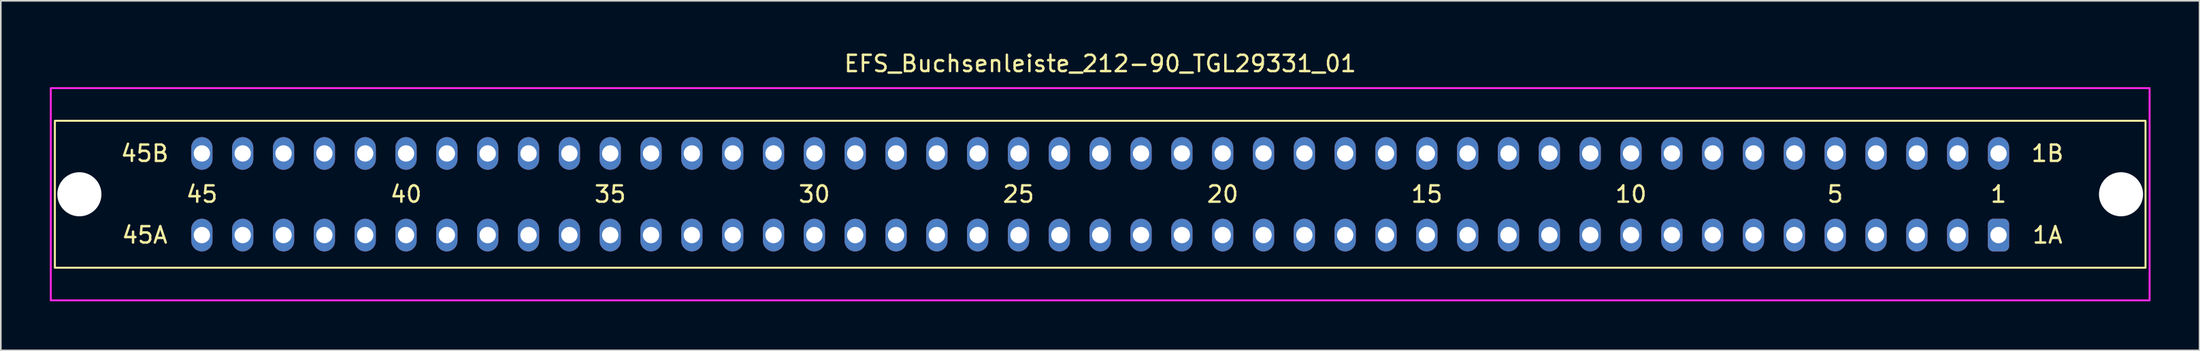
<source format=kicad_pcb>
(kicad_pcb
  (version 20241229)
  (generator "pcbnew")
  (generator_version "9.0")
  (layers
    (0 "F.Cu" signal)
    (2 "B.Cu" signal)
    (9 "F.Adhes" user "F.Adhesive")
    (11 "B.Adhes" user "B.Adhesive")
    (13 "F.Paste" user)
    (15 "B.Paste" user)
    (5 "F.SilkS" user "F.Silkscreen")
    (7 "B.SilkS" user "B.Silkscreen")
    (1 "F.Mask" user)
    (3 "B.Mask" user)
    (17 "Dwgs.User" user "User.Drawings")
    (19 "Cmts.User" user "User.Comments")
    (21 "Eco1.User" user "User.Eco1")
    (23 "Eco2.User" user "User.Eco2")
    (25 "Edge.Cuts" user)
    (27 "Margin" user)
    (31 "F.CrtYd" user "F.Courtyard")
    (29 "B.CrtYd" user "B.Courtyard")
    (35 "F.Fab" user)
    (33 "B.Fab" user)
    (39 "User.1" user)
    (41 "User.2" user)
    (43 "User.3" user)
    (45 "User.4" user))
  (footprint "EFS_Buchsenleiste_212-90_TGL29331_01"
    (layer "F.Cu")
    (at 64.31 8.848)
    (property "Reference" "EFS_Buchsenleiste_212-90_TGL29331_01" (at 0 -8 180) (layer "F.SilkS") (effects (font (size 1 1) (thickness 0.15))))
    (attr through_hole)
    (fp_rect (start -64 -4.5) (end 64 4.5) (stroke (width 0.12) (type solid)) (fill no) (layer "F.SilkS"))
    (fp_rect (start -64.25 -6.5) (end 64.25 6.5) (stroke (width 0.12) (type solid)) (fill no) (layer "F.CrtYd"))
    (fp_text user "1A" (at 58 2.5 0) (layer "F.SilkS") (effects (font (size 1 1) (thickness 0.15))))
    (fp_text user "45B" (at -58.5 -2.5 0) (layer "F.SilkS") (effects (font (size 1 1) (thickness 0.15))))
    (fp_text user "20" (at 7.5 0 180) (layer "F.SilkS") (effects (font (size 1 1) (thickness 0.15))))
    (fp_text user "45" (at -55 0 180) (layer "F.SilkS") (effects (font (size 1 1) (thickness 0.15))))
    (fp_text user "1" (at 55 0 180) (layer "F.SilkS") (effects (font (size 1 1) (thickness 0.15))))
    (fp_text user "40" (at -42.5 0 180) (layer "F.SilkS") (effects (font (size 1 1) (thickness 0.15))))
    (fp_text user "1B" (at 58 -2.5 0) (layer "F.SilkS") (effects (font (size 1 1) (thickness 0.15))))
    (fp_text user "35" (at -30 0 180) (layer "F.SilkS") (effects (font (size 1 1) (thickness 0.15))))
    (fp_text user "30" (at -17.5 0 180) (layer "F.SilkS") (effects (font (size 1 1) (thickness 0.15))))
    (fp_text user "10" (at 32.5 0 180) (layer "F.SilkS") (effects (font (size 1 1) (thickness 0.15))))
    (fp_text user "15" (at 20 0 180) (layer "F.SilkS") (effects (font (size 1 1) (thickness 0.15))))
    (fp_text user "25" (at -5 0 180) (layer "F.SilkS") (effects (font (size 1 1) (thickness 0.15))))
    (fp_text user "45A" (at -58.5 2.5 0) (layer "F.SilkS") (effects (font (size 1 1) (thickness 0.15))))
    (fp_text user "5" (at 45 0 180) (layer "F.SilkS") (effects (font (size 1 1) (thickness 0.15))))
    (pad "" np_thru_hole circle (at -62.5 0) (size 2.7 2.7) (drill 2.7) (layers "*.Cu" "*.Mask"))
    (pad "" np_thru_hole circle (at 62.5 0) (size 2.7 2.7) (drill 2.7) (layers "*.Cu" "*.Mask"))
    (pad "1a" thru_hole roundrect (at 55 2.5) (size 1.3 2) (drill 1) (layers "*.Cu" "*.Mask") (roundrect_rratio 0.25))
    (pad "1b" thru_hole oval (at 55 -2.5) (size 1.3 2) (drill 1) (layers "*.Cu" "*.Mask"))
    (pad "2a" thru_hole oval (at 52.5 2.5) (size 1.3 2) (drill 1) (layers "*.Cu" "*.Mask"))
    (pad "2b" thru_hole oval (at 52.5 -2.5) (size 1.3 2) (drill 1) (layers "*.Cu" "*.Mask"))
    (pad "3a" thru_hole oval (at 50 2.5) (size 1.3 2) (drill 1) (layers "*.Cu" "*.Mask"))
    (pad "3b" thru_hole oval (at 50 -2.5) (size 1.3 2) (drill 1) (layers "*.Cu" "*.Mask"))
    (pad "4a" thru_hole oval (at 47.5 2.5) (size 1.3 2) (drill 1) (layers "*.Cu" "*.Mask"))
    (pad "4b" thru_hole oval (at 47.5 -2.5) (size 1.3 2) (drill 1) (layers "*.Cu" "*.Mask"))
    (pad "5a" thru_hole oval (at 45 2.5) (size 1.3 2) (drill 1) (layers "*.Cu" "*.Mask"))
    (pad "5b" thru_hole oval (at 45 -2.5) (size 1.3 2) (drill 1) (layers "*.Cu" "*.Mask"))
    (pad "6a" thru_hole oval (at 42.5 2.5) (size 1.3 2) (drill 1) (layers "*.Cu" "*.Mask"))
    (pad "6b" thru_hole oval (at 42.5 -2.5) (size 1.3 2) (drill 1) (layers "*.Cu" "*.Mask"))
    (pad "7a" thru_hole oval (at 40 2.5) (size 1.3 2) (drill 1) (layers "*.Cu" "*.Mask"))
    (pad "7b" thru_hole oval (at 40 -2.5) (size 1.3 2) (drill 1) (layers "*.Cu" "*.Mask"))
    (pad "8a" thru_hole oval (at 37.5 2.5) (size 1.3 2) (drill 1) (layers "*.Cu" "*.Mask"))
    (pad "8b" thru_hole oval (at 37.5 -2.5) (size 1.3 2) (drill 1) (layers "*.Cu" "*.Mask"))
    (pad "9a" thru_hole oval (at 35 2.5) (size 1.3 2) (drill 1) (layers "*.Cu" "*.Mask"))
    (pad "9b" thru_hole oval (at 35 -2.5) (size 1.3 2) (drill 1) (layers "*.Cu" "*.Mask"))
    (pad "10a" thru_hole oval (at 32.5 2.5) (size 1.3 2) (drill 1) (layers "*.Cu" "*.Mask"))
    (pad "10b" thru_hole oval (at 32.5 -2.5) (size 1.3 2) (drill 1) (layers "*.Cu" "*.Mask"))
    (pad "11a" thru_hole oval (at 30 2.5) (size 1.3 2) (drill 1) (layers "*.Cu" "*.Mask"))
    (pad "11b" thru_hole oval (at 30 -2.5) (size 1.3 2) (drill 1) (layers "*.Cu" "*.Mask"))
    (pad "12a" thru_hole oval (at 27.5 2.5) (size 1.3 2) (drill 1) (layers "*.Cu" "*.Mask"))
    (pad "12b" thru_hole oval (at 27.5 -2.5) (size 1.3 2) (drill 1) (layers "*.Cu" "*.Mask"))
    (pad "13a" thru_hole oval (at 25 2.5) (size 1.3 2) (drill 1) (layers "*.Cu" "*.Mask"))
    (pad "13b" thru_hole oval (at 25 -2.5) (size 1.3 2) (drill 1) (layers "*.Cu" "*.Mask"))
    (pad "14a" thru_hole oval (at 22.5 2.5) (size 1.3 2) (drill 1) (layers "*.Cu" "*.Mask"))
    (pad "14b" thru_hole oval (at 22.5 -2.5) (size 1.3 2) (drill 1) (layers "*.Cu" "*.Mask"))
    (pad "15a" thru_hole oval (at 20 2.5) (size 1.3 2) (drill 1) (layers "*.Cu" "*.Mask"))
    (pad "15b" thru_hole oval (at 20 -2.5) (size 1.3 2) (drill 1) (layers "*.Cu" "*.Mask"))
    (pad "16a" thru_hole oval (at 17.5 2.5) (size 1.3 2) (drill 1) (layers "*.Cu" "*.Mask"))
    (pad "16b" thru_hole oval (at 17.5 -2.5) (size 1.3 2) (drill 1) (layers "*.Cu" "*.Mask"))
    (pad "17a" thru_hole oval (at 15 2.5) (size 1.3 2) (drill 1) (layers "*.Cu" "*.Mask"))
    (pad "17b" thru_hole oval (at 15 -2.5) (size 1.3 2) (drill 1) (layers "*.Cu" "*.Mask"))
    (pad "18a" thru_hole oval (at 12.5 2.5) (size 1.3 2) (drill 1) (layers "*.Cu" "*.Mask"))
    (pad "18b" thru_hole oval (at 12.5 -2.5) (size 1.3 2) (drill 1) (layers "*.Cu" "*.Mask"))
    (pad "19a" thru_hole oval (at 10 2.5) (size 1.3 2) (drill 1) (layers "*.Cu" "*.Mask"))
    (pad "19b" thru_hole oval (at 10 -2.5) (size 1.3 2) (drill 1) (layers "*.Cu" "*.Mask"))
    (pad "20a" thru_hole oval (at 7.5 2.5) (size 1.3 2) (drill 1) (layers "*.Cu" "*.Mask"))
    (pad "20b" thru_hole oval (at 7.5 -2.5) (size 1.3 2) (drill 1) (layers "*.Cu" "*.Mask"))
    (pad "21a" thru_hole oval (at 5 2.5) (size 1.3 2) (drill 1) (layers "*.Cu" "*.Mask"))
    (pad "21b" thru_hole oval (at 5 -2.5) (size 1.3 2) (drill 1) (layers "*.Cu" "*.Mask"))
    (pad "22a" thru_hole oval (at 2.5 2.5) (size 1.3 2) (drill 1) (layers "*.Cu" "*.Mask"))
    (pad "22b" thru_hole oval (at 2.5 -2.5) (size 1.3 2) (drill 1) (layers "*.Cu" "*.Mask"))
    (pad "23a" thru_hole oval (at 0 2.5) (size 1.3 2) (drill 1) (layers "*.Cu" "*.Mask"))
    (pad "23b" thru_hole oval (at 0 -2.5) (size 1.3 2) (drill 1) (layers "*.Cu" "*.Mask"))
    (pad "24a" thru_hole oval (at -2.5 2.5) (size 1.3 2) (drill 1) (layers "*.Cu" "*.Mask"))
    (pad "24b" thru_hole oval (at -2.5 -2.5) (size 1.3 2) (drill 1) (layers "*.Cu" "*.Mask"))
    (pad "25a" thru_hole oval (at -5 2.5) (size 1.3 2) (drill 1) (layers "*.Cu" "*.Mask"))
    (pad "25b" thru_hole oval (at -5 -2.5) (size 1.3 2) (drill 1) (layers "*.Cu" "*.Mask"))
    (pad "26a" thru_hole oval (at -7.5 2.5) (size 1.3 2) (drill 1) (layers "*.Cu" "*.Mask"))
    (pad "26b" thru_hole oval (at -7.5 -2.5) (size 1.3 2) (drill 1) (layers "*.Cu" "*.Mask"))
    (pad "27a" thru_hole oval (at -10 2.5) (size 1.3 2) (drill 1) (layers "*.Cu" "*.Mask"))
    (pad "27b" thru_hole oval (at -10 -2.5) (size 1.3 2) (drill 1) (layers "*.Cu" "*.Mask"))
    (pad "28a" thru_hole oval (at -12.5 2.5) (size 1.3 2) (drill 1) (layers "*.Cu" "*.Mask"))
    (pad "28b" thru_hole oval (at -12.5 -2.5) (size 1.3 2) (drill 1) (layers "*.Cu" "*.Mask"))
    (pad "29a" thru_hole oval (at -15 2.5) (size 1.3 2) (drill 1) (layers "*.Cu" "*.Mask"))
    (pad "29b" thru_hole oval (at -15 -2.5) (size 1.3 2) (drill 1) (layers "*.Cu" "*.Mask"))
    (pad "30a" thru_hole oval (at -17.5 2.5) (size 1.3 2) (drill 1) (layers "*.Cu" "*.Mask"))
    (pad "30b" thru_hole oval (at -17.5 -2.5) (size 1.3 2) (drill 1) (layers "*.Cu" "*.Mask"))
    (pad "31a" thru_hole oval (at -20 2.5) (size 1.3 2) (drill 1) (layers "*.Cu" "*.Mask"))
    (pad "31b" thru_hole oval (at -20 -2.5) (size 1.3 2) (drill 1) (layers "*.Cu" "*.Mask"))
    (pad "32a" thru_hole oval (at -22.5 2.5) (size 1.3 2) (drill 1) (layers "*.Cu" "*.Mask"))
    (pad "32b" thru_hole oval (at -22.5 -2.5) (size 1.3 2) (drill 1) (layers "*.Cu" "*.Mask"))
    (pad "33a" thru_hole oval (at -25 2.5) (size 1.3 2) (drill 1) (layers "*.Cu" "*.Mask"))
    (pad "33b" thru_hole oval (at -25 -2.5) (size 1.3 2) (drill 1) (layers "*.Cu" "*.Mask"))
    (pad "34a" thru_hole oval (at -27.5 2.5) (size 1.3 2) (drill 1) (layers "*.Cu" "*.Mask"))
    (pad "34b" thru_hole oval (at -27.5 -2.5) (size 1.3 2) (drill 1) (layers "*.Cu" "*.Mask"))
    (pad "35a" thru_hole oval (at -30 2.5) (size 1.3 2) (drill 1) (layers "*.Cu" "*.Mask"))
    (pad "35b" thru_hole oval (at -30 -2.5) (size 1.3 2) (drill 1) (layers "*.Cu" "*.Mask"))
    (pad "36a" thru_hole oval (at -32.5 2.5) (size 1.3 2) (drill 1) (layers "*.Cu" "*.Mask"))
    (pad "36b" thru_hole oval (at -32.5 -2.5) (size 1.3 2) (drill 1) (layers "*.Cu" "*.Mask"))
    (pad "37a" thru_hole oval (at -35 2.5) (size 1.3 2) (drill 1) (layers "*.Cu" "*.Mask"))
    (pad "37b" thru_hole oval (at -35 -2.5) (size 1.3 2) (drill 1) (layers "*.Cu" "*.Mask"))
    (pad "38a" thru_hole oval (at -37.5 2.5) (size 1.3 2) (drill 1) (layers "*.Cu" "*.Mask"))
    (pad "38b" thru_hole oval (at -37.5 -2.5) (size 1.3 2) (drill 1) (layers "*.Cu" "*.Mask"))
    (pad "39a" thru_hole oval (at -40 2.5) (size 1.3 2) (drill 1) (layers "*.Cu" "*.Mask"))
    (pad "39b" thru_hole oval (at -40 -2.5) (size 1.3 2) (drill 1) (layers "*.Cu" "*.Mask"))
    (pad "40a" thru_hole oval (at -42.5 2.5) (size 1.3 2) (drill 1) (layers "*.Cu" "*.Mask"))
    (pad "40b" thru_hole oval (at -42.5 -2.5) (size 1.3 2) (drill 1) (layers "*.Cu" "*.Mask"))
    (pad "41a" thru_hole oval (at -45 2.5) (size 1.3 2) (drill 1) (layers "*.Cu" "*.Mask"))
    (pad "41b" thru_hole oval (at -45 -2.5) (size 1.3 2) (drill 1) (layers "*.Cu" "*.Mask"))
    (pad "42a" thru_hole oval (at -47.5 2.5) (size 1.3 2) (drill 1) (layers "*.Cu" "*.Mask"))
    (pad "42b" thru_hole oval (at -47.5 -2.5) (size 1.3 2) (drill 1) (layers "*.Cu" "*.Mask"))
    (pad "43a" thru_hole oval (at -50 2.5) (size 1.3 2) (drill 1) (layers "*.Cu" "*.Mask"))
    (pad "43b" thru_hole oval (at -50 -2.5) (size 1.3 2) (drill 1) (layers "*.Cu" "*.Mask"))
    (pad "44a" thru_hole oval (at -52.5 2.5) (size 1.3 2) (drill 1) (layers "*.Cu" "*.Mask"))
    (pad "44b" thru_hole oval (at -52.5 -2.5) (size 1.3 2) (drill 1) (layers "*.Cu" "*.Mask"))
    (pad "45a" thru_hole oval (at -55 2.5) (size 1.3 2) (drill 1) (layers "*.Cu" "*.Mask"))
    (pad "45b" thru_hole oval (at -55 -2.5) (size 1.3 2) (drill 1) (layers "*.Cu" "*.Mask")))
  (gr_rect
    (start -3 -3)
    (end 131.62 18.408)
    (stroke (width 0.1) (type default))
    (fill no)
    (layer "Edge.Cuts")))
</source>
